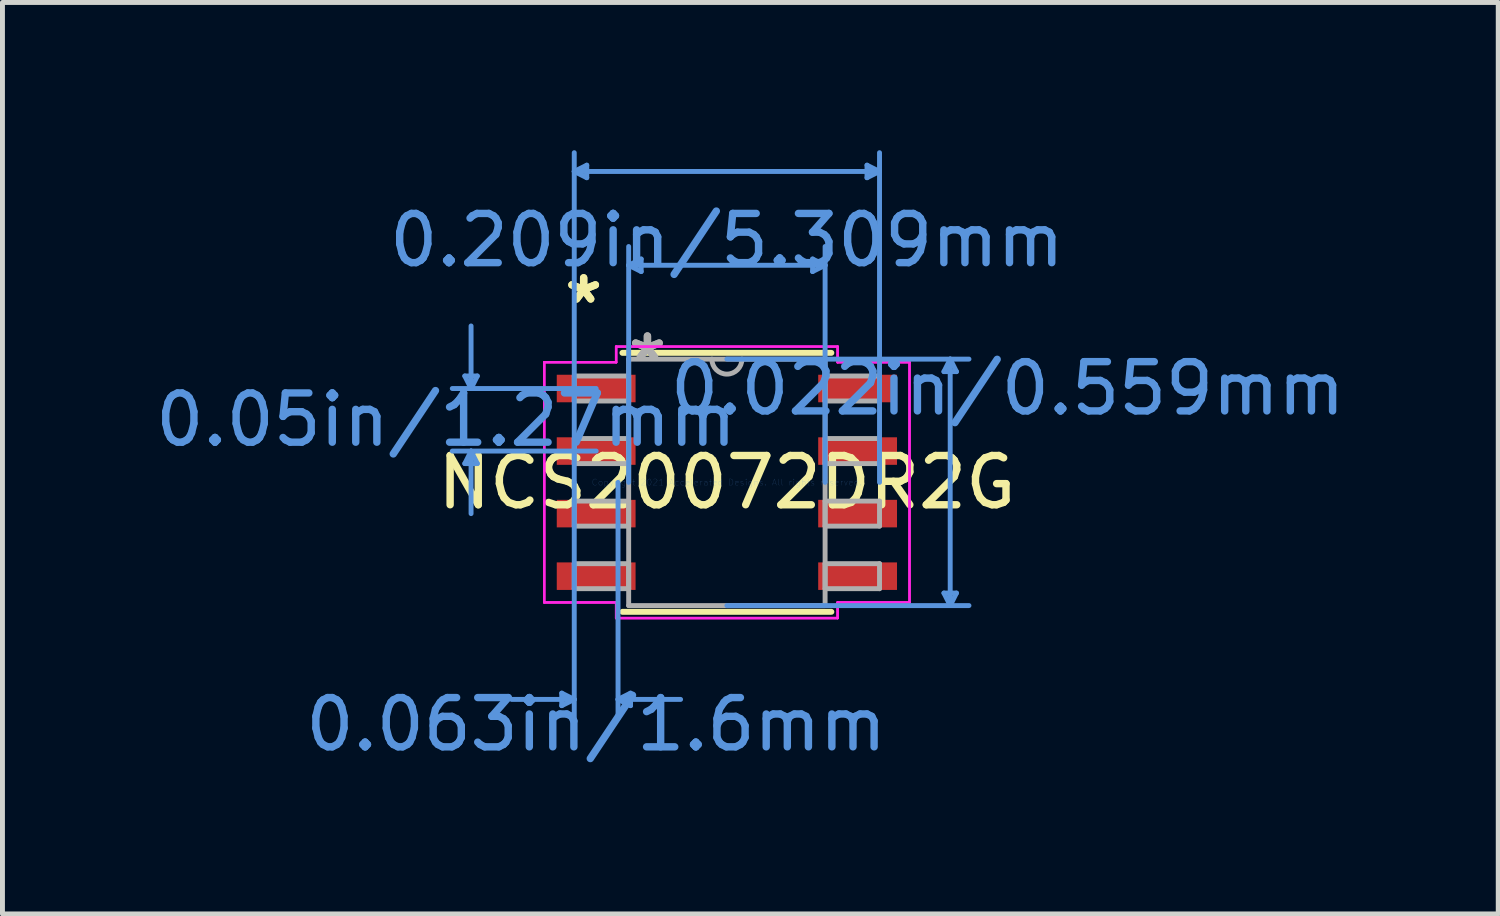
<source format=kicad_pcb>
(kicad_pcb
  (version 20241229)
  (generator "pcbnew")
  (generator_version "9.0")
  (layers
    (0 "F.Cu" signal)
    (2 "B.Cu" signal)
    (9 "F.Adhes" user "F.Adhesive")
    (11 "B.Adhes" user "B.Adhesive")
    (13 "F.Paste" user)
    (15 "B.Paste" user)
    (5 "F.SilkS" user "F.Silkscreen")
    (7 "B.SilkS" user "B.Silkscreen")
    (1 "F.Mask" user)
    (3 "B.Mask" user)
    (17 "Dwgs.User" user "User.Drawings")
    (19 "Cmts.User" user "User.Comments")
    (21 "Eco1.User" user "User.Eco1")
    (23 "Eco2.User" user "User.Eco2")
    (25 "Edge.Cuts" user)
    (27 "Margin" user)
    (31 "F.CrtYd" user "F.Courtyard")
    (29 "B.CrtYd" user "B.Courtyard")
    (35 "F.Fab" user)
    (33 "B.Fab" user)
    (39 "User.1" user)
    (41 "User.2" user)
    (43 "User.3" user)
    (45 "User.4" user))
  (footprint "NCS20072DR2G"
    (layer "F.Cu")
    (at 11.708 6.743)
    (property "Reference" "NCS20072DR2G" (at 0 0 0) (layer "F.SilkS") (effects (font (size 1 1) (thickness 0.15))))
    (attr through_hole)
    (fp_line (start -2.121 2.629) (end 2.121 2.629) (stroke (width 0.12) (type solid)) (layer "F.SilkS"))
    (fp_line (start 2.121 -2.629) (end -2.121 -2.629) (stroke (width 0.12) (type solid)) (layer "F.SilkS"))
    (fp_line (start -5.321 -2.159) (end -5.067 -2.159) (stroke (width 0.1) (type solid)) (layer "Cmts.User"))
    (fp_line (start -5.321 -0.381) (end -5.067 -0.381) (stroke (width 0.1) (type solid)) (layer "Cmts.User"))
    (fp_line (start -5.194 -1.905) (end -5.321 -2.159) (stroke (width 0.1) (type solid)) (layer "Cmts.User"))
    (fp_line (start -5.194 -1.905) (end -5.194 -3.175) (stroke (width 0.1) (type solid)) (layer "Cmts.User"))
    (fp_line (start -5.194 -1.905) (end -5.067 -2.159) (stroke (width 0.1) (type solid)) (layer "Cmts.User"))
    (fp_line (start -5.194 -0.635) (end -5.321 -0.381) (stroke (width 0.1) (type solid)) (layer "Cmts.User"))
    (fp_line (start -5.194 -0.635) (end -5.194 0.635) (stroke (width 0.1) (type solid)) (layer "Cmts.User"))
    (fp_line (start -5.194 -0.635) (end -5.067 -0.381) (stroke (width 0.1) (type solid)) (layer "Cmts.User"))
    (fp_line (start -3.353 4.28) (end -3.353 4.534) (stroke (width 0.1) (type solid)) (layer "Cmts.User"))
    (fp_line (start -3.099 -6.312) (end -2.845 -6.439) (stroke (width 0.1) (type solid)) (layer "Cmts.User"))
    (fp_line (start -3.099 -6.312) (end -2.845 -6.185) (stroke (width 0.1) (type solid)) (layer "Cmts.User"))
    (fp_line (start -3.099 -6.312) (end 3.099 -6.312) (stroke (width 0.1) (type solid)) (layer "Cmts.User"))
    (fp_line (start -3.099 0) (end -3.099 -6.693) (stroke (width 0.1) (type solid)) (layer "Cmts.User"))
    (fp_line (start -3.099 0) (end -3.099 4.788) (stroke (width 0.1) (type solid)) (layer "Cmts.User"))
    (fp_line (start -3.099 4.407) (end -4.369 4.407) (stroke (width 0.1) (type solid)) (layer "Cmts.User"))
    (fp_line (start -3.099 4.407) (end -3.353 4.28) (stroke (width 0.1) (type solid)) (layer "Cmts.User"))
    (fp_line (start -3.099 4.407) (end -3.353 4.534) (stroke (width 0.1) (type solid)) (layer "Cmts.User"))
    (fp_line (start -2.845 -6.439) (end -2.845 -6.185) (stroke (width 0.1) (type solid)) (layer "Cmts.User"))
    (fp_line (start -2.654 -1.905) (end -5.575 -1.905) (stroke (width 0.1) (type solid)) (layer "Cmts.User"))
    (fp_line (start -2.654 -0.635) (end -5.575 -0.635) (stroke (width 0.1) (type solid)) (layer "Cmts.User"))
    (fp_line (start -2.21 0) (end -2.21 4.788) (stroke (width 0.1) (type solid)) (layer "Cmts.User"))
    (fp_line (start -2.21 4.407) (end -1.956 4.28) (stroke (width 0.1) (type solid)) (layer "Cmts.User"))
    (fp_line (start -2.21 4.407) (end -1.956 4.534) (stroke (width 0.1) (type solid)) (layer "Cmts.User"))
    (fp_line (start -2.21 4.407) (end -0.94 4.407) (stroke (width 0.1) (type solid)) (layer "Cmts.User"))
    (fp_line (start -1.994 -4.407) (end -1.74 -4.534) (stroke (width 0.1) (type solid)) (layer "Cmts.User"))
    (fp_line (start -1.994 -4.407) (end -1.74 -4.28) (stroke (width 0.1) (type solid)) (layer "Cmts.User"))
    (fp_line (start -1.994 -4.407) (end 1.994 -4.407) (stroke (width 0.1) (type solid)) (layer "Cmts.User"))
    (fp_line (start -1.994 0) (end -1.994 -4.788) (stroke (width 0.1) (type solid)) (layer "Cmts.User"))
    (fp_line (start -1.956 4.28) (end -1.956 4.534) (stroke (width 0.1) (type solid)) (layer "Cmts.User"))
    (fp_line (start -1.74 -4.534) (end -1.74 -4.28) (stroke (width 0.1) (type solid)) (layer "Cmts.User"))
    (fp_line (start 0 -2.502) (end 4.915 -2.502) (stroke (width 0.1) (type solid)) (layer "Cmts.User"))
    (fp_line (start 0 2.502) (end 4.915 2.502) (stroke (width 0.1) (type solid)) (layer "Cmts.User"))
    (fp_line (start 1.74 -4.534) (end 1.74 -4.28) (stroke (width 0.1) (type solid)) (layer "Cmts.User"))
    (fp_line (start 1.994 -4.407) (end 1.74 -4.534) (stroke (width 0.1) (type solid)) (layer "Cmts.User"))
    (fp_line (start 1.994 -4.407) (end 1.74 -4.28) (stroke (width 0.1) (type solid)) (layer "Cmts.User"))
    (fp_line (start 1.994 0) (end 1.994 -4.788) (stroke (width 0.1) (type solid)) (layer "Cmts.User"))
    (fp_line (start 2.845 -6.439) (end 2.845 -6.185) (stroke (width 0.1) (type solid)) (layer "Cmts.User"))
    (fp_line (start 3.099 -6.312) (end 2.845 -6.439) (stroke (width 0.1) (type solid)) (layer "Cmts.User"))
    (fp_line (start 3.099 -6.312) (end 2.845 -6.185) (stroke (width 0.1) (type solid)) (layer "Cmts.User"))
    (fp_line (start 3.099 0) (end 3.099 -6.693) (stroke (width 0.1) (type solid)) (layer "Cmts.User"))
    (fp_line (start 4.407 -2.248) (end 4.661 -2.248) (stroke (width 0.1) (type solid)) (layer "Cmts.User"))
    (fp_line (start 4.407 2.248) (end 4.661 2.248) (stroke (width 0.1) (type solid)) (layer "Cmts.User"))
    (fp_line (start 4.534 -2.502) (end 4.407 -2.248) (stroke (width 0.1) (type solid)) (layer "Cmts.User"))
    (fp_line (start 4.534 -2.502) (end 4.534 2.502) (stroke (width 0.1) (type solid)) (layer "Cmts.User"))
    (fp_line (start 4.534 -2.502) (end 4.661 -2.248) (stroke (width 0.1) (type solid)) (layer "Cmts.User"))
    (fp_line (start 4.534 2.502) (end 4.407 2.248) (stroke (width 0.1) (type solid)) (layer "Cmts.User"))
    (fp_line (start 4.534 2.502) (end 4.661 2.248) (stroke (width 0.1) (type solid)) (layer "Cmts.User"))
    (fp_line (start -3.708 -2.438) (end -2.248 -2.438) (stroke (width 0.05) (type solid)) (layer "F.CrtYd"))
    (fp_line (start -3.708 -2.438) (end -2.248 -2.438) (stroke (width 0.05) (type solid)) (layer "F.CrtYd"))
    (fp_line (start -3.708 2.438) (end -3.708 -2.438) (stroke (width 0.05) (type solid)) (layer "F.CrtYd"))
    (fp_line (start -3.708 2.438) (end -3.708 -2.438) (stroke (width 0.05) (type solid)) (layer "F.CrtYd"))
    (fp_line (start -3.708 2.438) (end -2.248 2.438) (stroke (width 0.05) (type solid)) (layer "F.CrtYd"))
    (fp_line (start -2.248 -2.756) (end 2.248 -2.756) (stroke (width 0.05) (type solid)) (layer "F.CrtYd"))
    (fp_line (start -2.248 -2.756) (end 2.248 -2.756) (stroke (width 0.05) (type solid)) (layer "F.CrtYd"))
    (fp_line (start -2.248 -2.438) (end -2.248 -2.756) (stroke (width 0.05) (type solid)) (layer "F.CrtYd"))
    (fp_line (start -2.248 -2.438) (end -2.248 -2.756) (stroke (width 0.05) (type solid)) (layer "F.CrtYd"))
    (fp_line (start -2.248 2.438) (end -3.708 2.438) (stroke (width 0.05) (type solid)) (layer "F.CrtYd"))
    (fp_line (start -2.248 2.756) (end -2.248 2.438) (stroke (width 0.05) (type solid)) (layer "F.CrtYd"))
    (fp_line (start -2.248 2.756) (end -2.248 2.438) (stroke (width 0.05) (type solid)) (layer "F.CrtYd"))
    (fp_line (start 2.248 -2.756) (end 2.248 -2.438) (stroke (width 0.05) (type solid)) (layer "F.CrtYd"))
    (fp_line (start 2.248 -2.756) (end 2.248 -2.438) (stroke (width 0.05) (type solid)) (layer "F.CrtYd"))
    (fp_line (start 2.248 -2.438) (end 3.708 -2.438) (stroke (width 0.05) (type solid)) (layer "F.CrtYd"))
    (fp_line (start 2.248 2.438) (end 2.248 2.756) (stroke (width 0.05) (type solid)) (layer "F.CrtYd"))
    (fp_line (start 2.248 2.438) (end 2.248 2.756) (stroke (width 0.05) (type solid)) (layer "F.CrtYd"))
    (fp_line (start 2.248 2.756) (end -2.248 2.756) (stroke (width 0.05) (type solid)) (layer "F.CrtYd"))
    (fp_line (start 2.248 2.756) (end -2.248 2.756) (stroke (width 0.05) (type solid)) (layer "F.CrtYd"))
    (fp_line (start 3.708 -2.438) (end 2.248 -2.438) (stroke (width 0.05) (type solid)) (layer "F.CrtYd"))
    (fp_line (start 3.708 -2.438) (end 3.708 2.438) (stroke (width 0.05) (type solid)) (layer "F.CrtYd"))
    (fp_line (start 3.708 -2.438) (end 3.708 2.438) (stroke (width 0.05) (type solid)) (layer "F.CrtYd"))
    (fp_line (start 3.708 2.438) (end 2.248 2.438) (stroke (width 0.05) (type solid)) (layer "F.CrtYd"))
    (fp_line (start 3.708 2.438) (end 2.248 2.438) (stroke (width 0.05) (type solid)) (layer "F.CrtYd"))
    (fp_line (start -3.099 -2.159) (end -3.099 -1.651) (stroke (width 0.1) (type solid)) (layer "F.Fab"))
    (fp_line (start -3.099 -1.651) (end -1.994 -1.651) (stroke (width 0.1) (type solid)) (layer "F.Fab"))
    (fp_line (start -3.099 -0.889) (end -3.099 -0.381) (stroke (width 0.1) (type solid)) (layer "F.Fab"))
    (fp_line (start -3.099 -0.381) (end -1.994 -0.381) (stroke (width 0.1) (type solid)) (layer "F.Fab"))
    (fp_line (start -3.099 0.381) (end -3.099 0.889) (stroke (width 0.1) (type solid)) (layer "F.Fab"))
    (fp_line (start -3.099 0.889) (end -1.994 0.889) (stroke (width 0.1) (type solid)) (layer "F.Fab"))
    (fp_line (start -3.099 1.651) (end -3.099 2.159) (stroke (width 0.1) (type solid)) (layer "F.Fab"))
    (fp_line (start -3.099 2.159) (end -1.994 2.159) (stroke (width 0.1) (type solid)) (layer "F.Fab"))
    (fp_line (start -1.994 -2.502) (end -1.994 2.502) (stroke (width 0.1) (type solid)) (layer "F.Fab"))
    (fp_line (start -1.994 -2.159) (end -3.099 -2.159) (stroke (width 0.1) (type solid)) (layer "F.Fab"))
    (fp_line (start -1.994 -1.651) (end -1.994 -2.159) (stroke (width 0.1) (type solid)) (layer "F.Fab"))
    (fp_line (start -1.994 -0.889) (end -3.099 -0.889) (stroke (width 0.1) (type solid)) (layer "F.Fab"))
    (fp_line (start -1.994 -0.381) (end -1.994 -0.889) (stroke (width 0.1) (type solid)) (layer "F.Fab"))
    (fp_line (start -1.994 0.381) (end -3.099 0.381) (stroke (width 0.1) (type solid)) (layer "F.Fab"))
    (fp_line (start -1.994 0.889) (end -1.994 0.381) (stroke (width 0.1) (type solid)) (layer "F.Fab"))
    (fp_line (start -1.994 1.651) (end -3.099 1.651) (stroke (width 0.1) (type solid)) (layer "F.Fab"))
    (fp_line (start -1.994 2.159) (end -1.994 1.651) (stroke (width 0.1) (type solid)) (layer "F.Fab"))
    (fp_line (start -1.994 2.502) (end 1.994 2.502) (stroke (width 0.1) (type solid)) (layer "F.Fab"))
    (fp_line (start 1.994 -2.502) (end -1.994 -2.502) (stroke (width 0.1) (type solid)) (layer "F.Fab"))
    (fp_line (start 1.994 -2.159) (end 1.994 -1.651) (stroke (width 0.1) (type solid)) (layer "F.Fab"))
    (fp_line (start 1.994 -1.651) (end 3.099 -1.651) (stroke (width 0.1) (type solid)) (layer "F.Fab"))
    (fp_line (start 1.994 -0.889) (end 1.994 -0.381) (stroke (width 0.1) (type solid)) (layer "F.Fab"))
    (fp_line (start 1.994 -0.381) (end 3.099 -0.381) (stroke (width 0.1) (type solid)) (layer "F.Fab"))
    (fp_line (start 1.994 0.381) (end 1.994 0.889) (stroke (width 0.1) (type solid)) (layer "F.Fab"))
    (fp_line (start 1.994 0.889) (end 3.099 0.889) (stroke (width 0.1) (type solid)) (layer "F.Fab"))
    (fp_line (start 1.994 1.651) (end 1.994 2.159) (stroke (width 0.1) (type solid)) (layer "F.Fab"))
    (fp_line (start 1.994 2.159) (end 3.099 2.159) (stroke (width 0.1) (type solid)) (layer "F.Fab"))
    (fp_line (start 1.994 2.502) (end 1.994 -2.502) (stroke (width 0.1) (type solid)) (layer "F.Fab"))
    (fp_line (start 3.099 -2.159) (end 1.994 -2.159) (stroke (width 0.1) (type solid)) (layer "F.Fab"))
    (fp_line (start 3.099 -1.651) (end 3.099 -2.159) (stroke (width 0.1) (type solid)) (layer "F.Fab"))
    (fp_line (start 3.099 -0.889) (end 1.994 -0.889) (stroke (width 0.1) (type solid)) (layer "F.Fab"))
    (fp_line (start 3.099 -0.381) (end 3.099 -0.889) (stroke (width 0.1) (type solid)) (layer "F.Fab"))
    (fp_line (start 3.099 0.381) (end 1.994 0.381) (stroke (width 0.1) (type solid)) (layer "F.Fab"))
    (fp_line (start 3.099 0.889) (end 3.099 0.381) (stroke (width 0.1) (type solid)) (layer "F.Fab"))
    (fp_line (start 3.099 1.651) (end 1.994 1.651) (stroke (width 0.1) (type solid)) (layer "F.Fab"))
    (fp_line (start 3.099 2.159) (end 3.099 1.651) (stroke (width 0.1) (type solid)) (layer "F.Fab"))
    (fp_arc (start 0.3048 -2.5019) (mid 0 -2.1971) (end -0.3048 -2.5019) (stroke (width 0.1) (type solid)) (layer "F.Fab"))
    (fp_text user "*" (at -2.908 -3.607 0) (layer "F.SilkS") (effects (font (size 1 1) (thickness 0.15))))
    (fp_text user "*" (at -2.908 -3.607 0) (layer "F.SilkS") (effects (font (size 1 1) (thickness 0.15))))
    (fp_text user "0.022in/0.559mm" (at 5.702 -1.905 0) (layer "Cmts.User") (effects (font (size 1 1) (thickness 0.15))))
    (fp_text user "Copyright 2021 Accelerated Designs. All rights reserved." (at 0 0 0) (layer "Cmts.User") (effects (font (size 0.127 0.127) (thickness 0.002))))
    (fp_text user "0.209in/5.309mm" (at 0 -4.915 0) (layer "Cmts.User") (effects (font (size 1 1) (thickness 0.15))))
    (fp_text user "0.063in/1.6mm" (at -2.654 4.915 0) (layer "Cmts.User") (effects (font (size 1 1) (thickness 0.15))))
    (fp_text user "0.05in/1.27mm" (at -5.702 -1.27 0) (layer "Cmts.User") (effects (font (size 1 1) (thickness 0.15))))
    (fp_text user "*" (at -1.613 -2.426 0) (layer "F.Fab") (effects (font (size 1 1) (thickness 0.15))))
    (fp_text user "*" (at -1.613 -2.426 0) (layer "F.Fab") (effects (font (size 1 1) (thickness 0.15))))
    (pad "1" smd rect (at -2.654 -1.905) (size 1.6 0.559) (layers "F.Cu" "F.Mask" "F.Paste"))
    (pad "2" smd rect (at -2.654 -0.635) (size 1.6 0.559) (layers "F.Cu" "F.Mask" "F.Paste"))
    (pad "3" smd rect (at -2.654 0.635) (size 1.6 0.559) (layers "F.Cu" "F.Mask" "F.Paste"))
    (pad "4" smd rect (at -2.654 1.905) (size 1.6 0.559) (layers "F.Cu" "F.Mask" "F.Paste"))
    (pad "5" smd rect (at 2.654 1.905) (size 1.6 0.559) (layers "F.Cu" "F.Mask" "F.Paste"))
    (pad "6" smd rect (at 2.654 0.635) (size 1.6 0.559) (layers "F.Cu" "F.Mask" "F.Paste"))
    (pad "7" smd rect (at 2.654 -0.635) (size 1.6 0.559) (layers "F.Cu" "F.Mask" "F.Paste"))
    (pad "8" smd rect (at 2.654 -1.905) (size 1.6 0.559) (layers "F.Cu" "F.Mask" "F.Paste")))
  (gr_rect
    (start -3 -3)
    (end 27.369 15.506)
    (stroke (width 0.1) (type default))
    (fill no)
    (layer "Edge.Cuts")))
</source>
